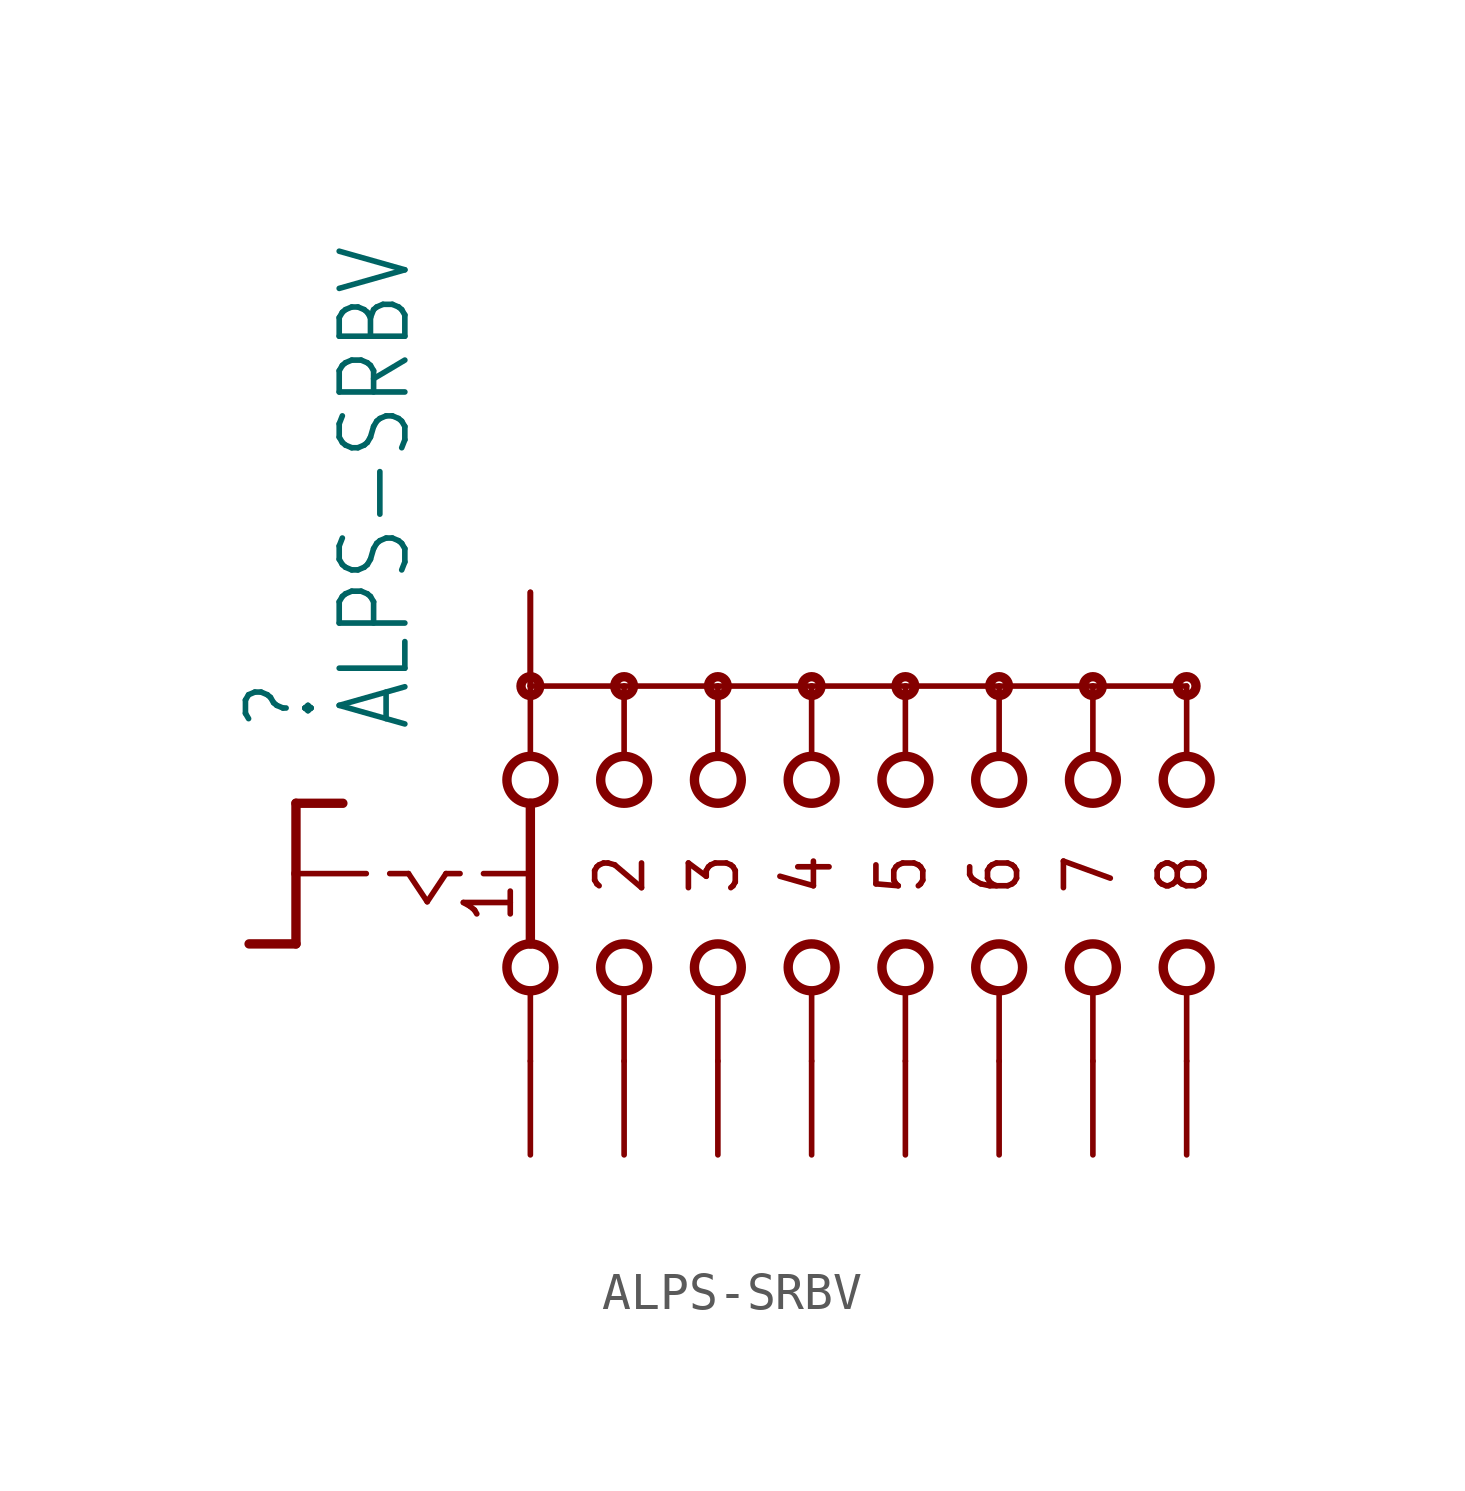
<source format=kicad_sym>
(kicad_symbol_lib
  (version 20211014)
  (generator kicad_symbol_editor)
  (symbol "ALPS-SRBV"
    (property "Reference" ""
      (at -13.335 3.81 90)
      (effects (font (size 1.778 1.511)) (justify left bottom)))
    (property "Value" "ALPS-SRBV"
      (at -10.795 3.81 90)
      (effects (font (size 1.778 1.511)) (justify left bottom)))
    (property "ki_locked" ""
      (at 0 0 0)
      (effects (font (size 1.27 1.27))))
    (symbol "ALPS-SRBV_1_0"
      (circle (center -7.62 -2.54) (radius 0.635) (stroke (width 0.254) (type default) (color 0 0 0 0)) (fill (type none)))
      (circle (center -7.62 2.54) (radius 0.635) (stroke (width 0.254) (type default) (color 0 0 0 0)) (fill (type none)))
      (circle (center -7.62 5.08) (radius 0.254) (stroke (width 0.254) (type default) (color 0 0 0 0)) (fill (type none)))
      (circle (center -5.08 -2.54) (radius 0.635) (stroke (width 0.254) (type default) (color 0 0 0 0)) (fill (type none)))
      (circle (center -5.08 2.54) (radius 0.635) (stroke (width 0.254) (type default) (color 0 0 0 0)) (fill (type none)))
      (circle (center -5.08 5.08) (radius 0.254) (stroke (width 0.254) (type default) (color 0 0 0 0)) (fill (type none)))
      (circle (center -2.54 -2.54) (radius 0.635) (stroke (width 0.254) (type default) (color 0 0 0 0)) (fill (type none)))
      (circle (center -2.54 2.54) (radius 0.635) (stroke (width 0.254) (type default) (color 0 0 0 0)) (fill (type none)))
      (circle (center -2.54 5.08) (radius 0.254) (stroke (width 0.254) (type default) (color 0 0 0 0)) (fill (type none)))
      (circle (center 0 -2.54) (radius 0.635) (stroke (width 0.254) (type default) (color 0 0 0 0)) (fill (type none)))
      (polyline (pts (xy -13.97 -1.905) (xy -15.24 -1.905)) (stroke (width 0.254) (type default) (color 0 0 0 0)) (fill (type none)))
      (polyline (pts (xy -13.97 0) (xy -13.97 -1.905)) (stroke (width 0.254) (type default) (color 0 0 0 0)) (fill (type none)))
      (polyline (pts (xy -13.97 0) (xy -12.065 0)) (stroke (width 0.152) (type default) (color 0 0 0 0)) (fill (type none)))
      (polyline (pts (xy -13.97 1.905) (xy -13.97 0)) (stroke (width 0.254) (type default) (color 0 0 0 0)) (fill (type none)))
      (polyline (pts (xy -13.97 1.905) (xy -12.7 1.905)) (stroke (width 0.254) (type default) (color 0 0 0 0)) (fill (type none)))
      (polyline (pts (xy -11.43 0) (xy -10.922 0)) (stroke (width 0.152) (type default) (color 0 0 0 0)) (fill (type none)))
      (polyline (pts (xy -10.922 0) (xy -10.414 -0.762)) (stroke (width 0.152) (type default) (color 0 0 0 0)) (fill (type none)))
      (polyline (pts (xy -10.414 -0.762) (xy -9.906 0)) (stroke (width 0.152) (type default) (color 0 0 0 0)) (fill (type none)))
      (polyline (pts (xy -9.906 0) (xy -9.525 0)) (stroke (width 0.152) (type default) (color 0 0 0 0)) (fill (type none)))
      (polyline (pts (xy -8.89 0) (xy -7.747 0)) (stroke (width 0.152) (type default) (color 0 0 0 0)) (fill (type none)))
      (polyline (pts (xy -7.62 -3.175) (xy -7.62 -5.08)) (stroke (width 0.152) (type default) (color 0 0 0 0)) (fill (type none)))
      (polyline (pts (xy -7.62 1.905) (xy -7.62 -1.905)) (stroke (width 0.254) (type default) (color 0 0 0 0)) (fill (type none)))
      (polyline (pts (xy -7.62 5.08) (xy -7.62 3.175)) (stroke (width 0.152) (type default) (color 0 0 0 0)) (fill (type none)))
      (polyline (pts (xy -5.08 -5.08) (xy -5.08 -3.175)) (stroke (width 0.152) (type default) (color 0 0 0 0)) (fill (type none)))
      (polyline (pts (xy -5.08 3.175) (xy -5.08 5.08)) (stroke (width 0.152) (type default) (color 0 0 0 0)) (fill (type none)))
      (polyline (pts (xy -5.08 5.08) (xy -7.62 5.08)) (stroke (width 0.152) (type default) (color 0 0 0 0)) (fill (type none)))
      (polyline (pts (xy -2.54 -5.08) (xy -2.54 -3.175)) (stroke (width 0.152) (type default) (color 0 0 0 0)) (fill (type none)))
      (polyline (pts (xy -2.54 3.175) (xy -2.54 5.08)) (stroke (width 0.152) (type default) (color 0 0 0 0)) (fill (type none)))
      (polyline (pts (xy -2.54 5.08) (xy -5.08 5.08)) (stroke (width 0.152) (type default) (color 0 0 0 0)) (fill (type none)))
      (polyline (pts (xy -2.54 5.08) (xy 0 5.08)) (stroke (width 0.152) (type default) (color 0 0 0 0)) (fill (type none)))
      (polyline (pts (xy 0 -5.08) (xy 0 -3.175)) (stroke (width 0.152) (type default) (color 0 0 0 0)) (fill (type none)))
      (polyline (pts (xy 0 3.175) (xy 0 5.08)) (stroke (width 0.152) (type default) (color 0 0 0 0)) (fill (type none)))
      (polyline (pts (xy 0 5.08) (xy 2.54 5.08)) (stroke (width 0.152) (type default) (color 0 0 0 0)) (fill (type none)))
      (polyline (pts (xy 2.54 -5.08) (xy 2.54 -3.175)) (stroke (width 0.152) (type default) (color 0 0 0 0)) (fill (type none)))
      (polyline (pts (xy 2.54 3.175) (xy 2.54 5.08)) (stroke (width 0.152) (type default) (color 0 0 0 0)) (fill (type none)))
      (polyline (pts (xy 2.54 5.08) (xy 5.08 5.08)) (stroke (width 0.152) (type default) (color 0 0 0 0)) (fill (type none)))
      (polyline (pts (xy 5.08 -5.08) (xy 5.08 -3.175)) (stroke (width 0.152) (type default) (color 0 0 0 0)) (fill (type none)))
      (polyline (pts (xy 5.08 3.175) (xy 5.08 5.08)) (stroke (width 0.152) (type default) (color 0 0 0 0)) (fill (type none)))
      (polyline (pts (xy 5.08 5.08) (xy 7.62 5.08)) (stroke (width 0.152) (type default) (color 0 0 0 0)) (fill (type none)))
      (polyline (pts (xy 7.62 -5.08) (xy 7.62 -3.175)) (stroke (width 0.152) (type default) (color 0 0 0 0)) (fill (type none)))
      (polyline (pts (xy 7.62 3.175) (xy 7.62 5.08)) (stroke (width 0.152) (type default) (color 0 0 0 0)) (fill (type none)))
      (polyline (pts (xy 7.62 5.08) (xy 10.16 5.08)) (stroke (width 0.152) (type default) (color 0 0 0 0)) (fill (type none)))
      (polyline (pts (xy 10.16 -5.08) (xy 10.16 -3.175)) (stroke (width 0.152) (type default) (color 0 0 0 0)) (fill (type none)))
      (polyline (pts (xy 10.16 3.175) (xy 10.16 5.08)) (stroke (width 0.152) (type default) (color 0 0 0 0)) (fill (type none)))
      (circle (center 0 2.54) (radius 0.635) (stroke (width 0.254) (type default) (color 0 0 0 0)) (fill (type none)))
      (circle (center 0 5.08) (radius 0.254) (stroke (width 0.254) (type default) (color 0 0 0 0)) (fill (type none)))
      (circle (center 2.54 -2.54) (radius 0.635) (stroke (width 0.254) (type default) (color 0 0 0 0)) (fill (type none)))
      (circle (center 2.54 2.54) (radius 0.635) (stroke (width 0.254) (type default) (color 0 0 0 0)) (fill (type none)))
      (circle (center 2.54 5.08) (radius 0.254) (stroke (width 0.254) (type default) (color 0 0 0 0)) (fill (type none)))
      (circle (center 5.08 -2.54) (radius 0.635) (stroke (width 0.254) (type default) (color 0 0 0 0)) (fill (type none)))
      (circle (center 5.08 2.54) (radius 0.635) (stroke (width 0.254) (type default) (color 0 0 0 0)) (fill (type none)))
      (circle (center 5.08 5.08) (radius 0.254) (stroke (width 0.254) (type default) (color 0 0 0 0)) (fill (type none)))
      (circle (center 7.62 -2.54) (radius 0.635) (stroke (width 0.254) (type default) (color 0 0 0 0)) (fill (type none)))
      (circle (center 7.62 2.54) (radius 0.635) (stroke (width 0.254) (type default) (color 0 0 0 0)) (fill (type none)))
      (circle (center 7.62 5.08) (radius 0.254) (stroke (width 0.254) (type default) (color 0 0 0 0)) (fill (type none)))
      (circle (center 10.16 -2.54) (radius 0.635) (stroke (width 0.254) (type default) (color 0 0 0 0)) (fill (type none)))
      (circle (center 10.16 2.54) (radius 0.635) (stroke (width 0.254) (type default) (color 0 0 0 0)) (fill (type none)))
      (circle (center 10.16 5.08) (radius 0.254) (stroke (width 0.254) (type default) (color 0 0 0 0)) (fill (type none)))
      (text "1" (at -8.001 -1.397 900) (effects (font (size 1.27 1.079)) (justify left bottom)))
      (text "2" (at -4.445 -0.635 900) (effects (font (size 1.27 1.079)) (justify left bottom)))
      (text "3" (at -1.905 -0.635 900) (effects (font (size 1.27 1.079)) (justify left bottom)))
      (text "4" (at 0.635 -0.635 900) (effects (font (size 1.27 1.079)) (justify left bottom)))
      (text "5" (at 3.175 -0.635 900) (effects (font (size 1.27 1.079)) (justify left bottom)))
      (text "6" (at 5.715 -0.635 900) (effects (font (size 1.27 1.079)) (justify left bottom)))
      (text "7" (at 8.255 -0.635 900) (effects (font (size 1.27 1.079)) (justify left bottom)))
      (text "8" (at 10.795 -0.635 900) (effects (font (size 1.27 1.079)) (justify left bottom)))
      (pin passive line (at -7.62 -7.62 90) (length 2.54) (name "1" (effects (font (size 0 0)))) (number "A" (effects (font (size 0 0)))))
      (pin passive line (at -5.08 -7.62 90) (length 2.54) (name "2" (effects (font (size 0 0)))) (number "B" (effects (font (size 0 0)))))
      (pin passive line (at -2.54 -7.62 90) (length 2.54) (name "3" (effects (font (size 0 0)))) (number "C" (effects (font (size 0 0)))))
      (pin passive line (at -7.62 7.62 270) (length 2.54) (name "A" (effects (font (size 0 0)))) (number "COM" (effects (font (size 0 0)))))
      (pin passive line (at -7.62 7.62 270) (length 2.54) (name "A" (effects (font (size 0 0)))) (number "COM2" (effects (font (size 0 0)))))
      (pin passive line (at 0 -7.62 90) (length 2.54) (name "4" (effects (font (size 0 0)))) (number "D" (effects (font (size 0 0)))))
      (pin passive line (at 2.54 -7.62 90) (length 2.54) (name "5" (effects (font (size 0 0)))) (number "E" (effects (font (size 0 0)))))
      (pin passive line (at 5.08 -7.62 90) (length 2.54) (name "6" (effects (font (size 0 0)))) (number "F" (effects (font (size 0 0)))))
      (pin passive line (at 7.62 -7.62 90) (length 2.54) (name "7" (effects (font (size 0 0)))) (number "G" (effects (font (size 0 0)))))
      (pin passive line (at 10.16 -7.62 90) (length 2.54) (name "8" (effects (font (size 0 0)))) (number "H" (effects (font (size 0 0))))))))
</source>
